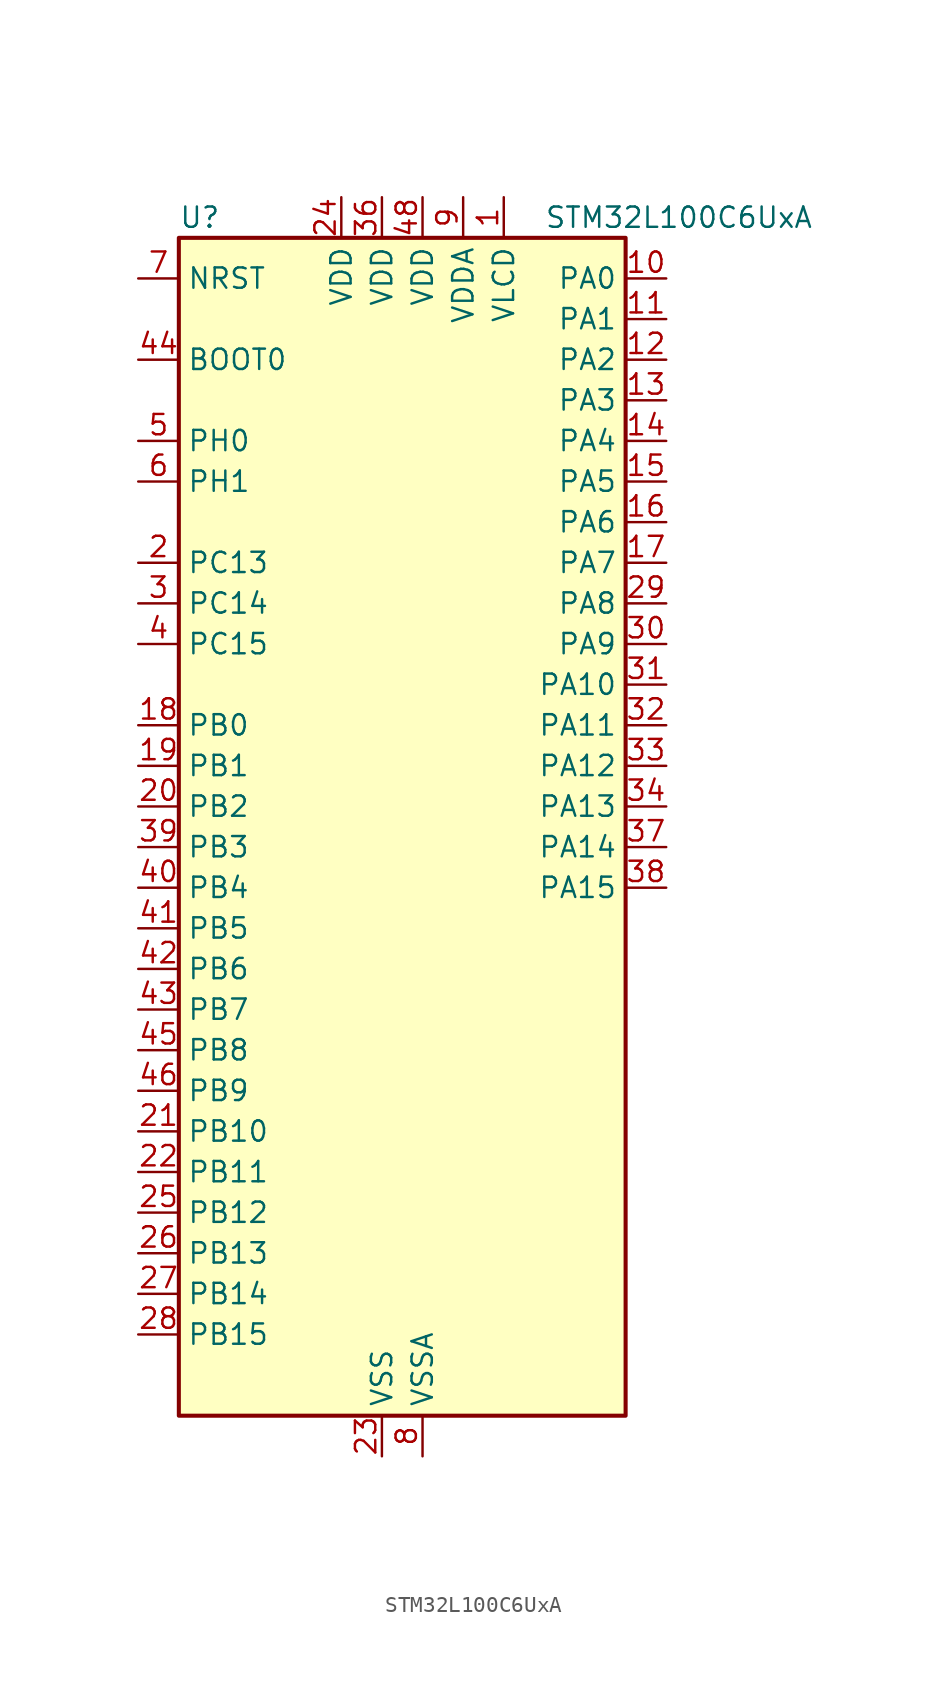
<source format=kicad_sym>
(kicad_symbol_lib
  (version 20220914)
  (generator kicad_symbol_editor)
  (symbol "STM32L100C6UxA"
    (property "Reference" "U"
      (at -12.7 39.37 0)
      (effects (font (size 1.27 1.27)) (justify left)))
    (property "Value" "STM32L100C6UxA"
      (at 10.16 39.37 0)
      (effects (font (size 1.27 1.27)) (justify left)))
    (property "ki_locked" ""
      (at 0 0 0)
      (effects (font (size 1.27 1.27))))
    (symbol "STM32L100C6UxA_0_1"
      (rectangle (start -12.7 -35.56) (end 15.24 38.1) (stroke (width 0.254) (type default)) (fill (type background))))
    (symbol "STM32L100C6UxA_1_1"
      (pin power_in line (at 7.62 40.64 270) (length 2.54) (name "VLCD" (effects (font (size 1.27 1.27)))) (number "1" (effects (font (size 1.27 1.27)))))
      (pin bidirectional line (at 17.78 35.56 180) (length 2.54) (name "PA0" (effects (font (size 1.27 1.27)))) (number "10" (effects (font (size 1.27 1.27)))) (alternate "ADC_IN0" bidirectional line) (alternate "COMP1_INP" bidirectional line) (alternate "RTC_TAMP2" bidirectional line) (alternate "SYS_WKUP1" bidirectional line) (alternate "TIM2_CH1" bidirectional line) (alternate "TIM2_ETR" bidirectional line) (alternate "TIMX_IC1" bidirectional line) (alternate "USART2_CTS" bidirectional line))
      (pin bidirectional line (at 17.78 33.02 180) (length 2.54) (name "PA1" (effects (font (size 1.27 1.27)))) (number "11" (effects (font (size 1.27 1.27)))) (alternate "ADC_IN1" bidirectional line) (alternate "COMP1_INP" bidirectional line) (alternate "LCD_SEG0" bidirectional line) (alternate "TIM2_CH2" bidirectional line) (alternate "TIMX_IC2" bidirectional line) (alternate "USART2_RTS" bidirectional line))
      (pin bidirectional line (at 17.78 30.48 180) (length 2.54) (name "PA2" (effects (font (size 1.27 1.27)))) (number "12" (effects (font (size 1.27 1.27)))) (alternate "ADC_IN2" bidirectional line) (alternate "COMP1_INP" bidirectional line) (alternate "LCD_SEG1" bidirectional line) (alternate "TIM2_CH3" bidirectional line) (alternate "TIM9_CH1" bidirectional line) (alternate "TIMX_IC3" bidirectional line) (alternate "USART2_TX" bidirectional line))
      (pin bidirectional line (at 17.78 27.94 180) (length 2.54) (name "PA3" (effects (font (size 1.27 1.27)))) (number "13" (effects (font (size 1.27 1.27)))) (alternate "ADC_IN3" bidirectional line) (alternate "COMP1_INP" bidirectional line) (alternate "LCD_SEG2" bidirectional line) (alternate "TIM2_CH4" bidirectional line) (alternate "TIM9_CH2" bidirectional line) (alternate "TIMX_IC4" bidirectional line) (alternate "USART2_RX" bidirectional line))
      (pin bidirectional line (at 17.78 25.4 180) (length 2.54) (name "PA4" (effects (font (size 1.27 1.27)))) (number "14" (effects (font (size 1.27 1.27)))) (alternate "ADC_IN4" bidirectional line) (alternate "COMP1_INP" bidirectional line) (alternate "DAC_OUT1" bidirectional line) (alternate "SPI1_NSS" bidirectional line) (alternate "TIMX_IC1" bidirectional line) (alternate "USART2_CK" bidirectional line))
      (pin bidirectional line (at 17.78 22.86 180) (length 2.54) (name "PA5" (effects (font (size 1.27 1.27)))) (number "15" (effects (font (size 1.27 1.27)))) (alternate "ADC_IN5" bidirectional line) (alternate "COMP1_INP" bidirectional line) (alternate "DAC_OUT2" bidirectional line) (alternate "SPI1_SCK" bidirectional line) (alternate "TIM2_CH1" bidirectional line) (alternate "TIM2_ETR" bidirectional line) (alternate "TIMX_IC2" bidirectional line))
      (pin bidirectional line (at 17.78 20.32 180) (length 2.54) (name "PA6" (effects (font (size 1.27 1.27)))) (number "16" (effects (font (size 1.27 1.27)))) (alternate "ADC_IN6" bidirectional line) (alternate "COMP1_INP" bidirectional line) (alternate "LCD_SEG3" bidirectional line) (alternate "SPI1_MISO" bidirectional line) (alternate "TIM10_CH1" bidirectional line) (alternate "TIM3_CH1" bidirectional line) (alternate "TIMX_IC3" bidirectional line))
      (pin bidirectional line (at 17.78 17.78 180) (length 2.54) (name "PA7" (effects (font (size 1.27 1.27)))) (number "17" (effects (font (size 1.27 1.27)))) (alternate "ADC_IN7" bidirectional line) (alternate "COMP1_INP" bidirectional line) (alternate "LCD_SEG4" bidirectional line) (alternate "SPI1_MOSI" bidirectional line) (alternate "TIM11_CH1" bidirectional line) (alternate "TIM3_CH2" bidirectional line) (alternate "TIMX_IC4" bidirectional line))
      (pin bidirectional line (at -15.24 7.62 0) (length 2.54) (name "PB0" (effects (font (size 1.27 1.27)))) (number "18" (effects (font (size 1.27 1.27)))) (alternate "ADC_IN8" bidirectional line) (alternate "COMP1_INP" bidirectional line) (alternate "LCD_SEG5" bidirectional line) (alternate "SYS_V_REF_OUT" bidirectional line) (alternate "TIM3_CH3" bidirectional line))
      (pin bidirectional line (at -15.24 5.08 0) (length 2.54) (name "PB1" (effects (font (size 1.27 1.27)))) (number "19" (effects (font (size 1.27 1.27)))) (alternate "ADC_IN9" bidirectional line) (alternate "COMP1_INP" bidirectional line) (alternate "LCD_SEG6" bidirectional line) (alternate "SYS_V_REF_OUT" bidirectional line) (alternate "TIM3_CH4" bidirectional line))
      (pin bidirectional line (at -15.24 17.78 0) (length 2.54) (name "PC13" (effects (font (size 1.27 1.27)))) (number "2" (effects (font (size 1.27 1.27)))) (alternate "RTC_OUT_ALARM" bidirectional line) (alternate "RTC_OUT_CALIB" bidirectional line) (alternate "RTC_TAMP1" bidirectional line) (alternate "RTC_TS" bidirectional line) (alternate "SYS_WKUP2" bidirectional line) (alternate "TIMX_IC2" bidirectional line))
      (pin bidirectional line (at -15.24 2.54 0) (length 2.54) (name "PB2" (effects (font (size 1.27 1.27)))) (number "20" (effects (font (size 1.27 1.27)))))
      (pin bidirectional line (at -15.24 -17.78 0) (length 2.54) (name "PB10" (effects (font (size 1.27 1.27)))) (number "21" (effects (font (size 1.27 1.27)))) (alternate "I2C2_SCL" bidirectional line) (alternate "LCD_SEG10" bidirectional line) (alternate "TIM2_CH3" bidirectional line) (alternate "USART3_TX" bidirectional line))
      (pin bidirectional line (at -15.24 -20.32 0) (length 2.54) (name "PB11" (effects (font (size 1.27 1.27)))) (number "22" (effects (font (size 1.27 1.27)))) (alternate "ADC_EXTI11" bidirectional line) (alternate "I2C2_SDA" bidirectional line) (alternate "LCD_SEG11" bidirectional line) (alternate "TIM2_CH4" bidirectional line) (alternate "USART3_RX" bidirectional line))
      (pin power_in line (at 0 -38.1 90) (length 2.54) (name "VSS" (effects (font (size 1.27 1.27)))) (number "23" (effects (font (size 1.27 1.27)))))
      (pin power_in line (at -2.54 40.64 270) (length 2.54) (name "VDD" (effects (font (size 1.27 1.27)))) (number "24" (effects (font (size 1.27 1.27)))))
      (pin bidirectional line (at -15.24 -22.86 0) (length 2.54) (name "PB12" (effects (font (size 1.27 1.27)))) (number "25" (effects (font (size 1.27 1.27)))) (alternate "ADC_IN18" bidirectional line) (alternate "COMP1_INP" bidirectional line) (alternate "I2C2_SMBA" bidirectional line) (alternate "LCD_SEG12" bidirectional line) (alternate "SPI2_NSS" bidirectional line) (alternate "TIM10_CH1" bidirectional line) (alternate "USART3_CK" bidirectional line))
      (pin bidirectional line (at -15.24 -25.4 0) (length 2.54) (name "PB13" (effects (font (size 1.27 1.27)))) (number "26" (effects (font (size 1.27 1.27)))) (alternate "ADC_IN19" bidirectional line) (alternate "COMP1_INP" bidirectional line) (alternate "LCD_SEG13" bidirectional line) (alternate "SPI2_SCK" bidirectional line) (alternate "TIM9_CH1" bidirectional line) (alternate "USART3_CTS" bidirectional line))
      (pin bidirectional line (at -15.24 -27.94 0) (length 2.54) (name "PB14" (effects (font (size 1.27 1.27)))) (number "27" (effects (font (size 1.27 1.27)))) (alternate "ADC_IN20" bidirectional line) (alternate "COMP1_INP" bidirectional line) (alternate "LCD_SEG14" bidirectional line) (alternate "SPI2_MISO" bidirectional line) (alternate "TIM9_CH2" bidirectional line) (alternate "USART3_RTS" bidirectional line))
      (pin bidirectional line (at -15.24 -30.48 0) (length 2.54) (name "PB15" (effects (font (size 1.27 1.27)))) (number "28" (effects (font (size 1.27 1.27)))) (alternate "ADC_EXTI15" bidirectional line) (alternate "ADC_IN21" bidirectional line) (alternate "COMP1_INP" bidirectional line) (alternate "LCD_SEG15" bidirectional line) (alternate "RTC_REFIN" bidirectional line) (alternate "SPI2_MOSI" bidirectional line) (alternate "TIM11_CH1" bidirectional line))
      (pin bidirectional line (at 17.78 15.24 180) (length 2.54) (name "PA8" (effects (font (size 1.27 1.27)))) (number "29" (effects (font (size 1.27 1.27)))) (alternate "LCD_COM0" bidirectional line) (alternate "RCC_MCO" bidirectional line) (alternate "TIMX_IC1" bidirectional line) (alternate "USART1_CK" bidirectional line))
      (pin bidirectional line (at -15.24 15.24 0) (length 2.54) (name "PC14" (effects (font (size 1.27 1.27)))) (number "3" (effects (font (size 1.27 1.27)))) (alternate "RCC_OSC32_IN" bidirectional line) (alternate "TIMX_IC3" bidirectional line))
      (pin bidirectional line (at 17.78 12.7 180) (length 2.54) (name "PA9" (effects (font (size 1.27 1.27)))) (number "30" (effects (font (size 1.27 1.27)))) (alternate "DAC_EXTI9" bidirectional line) (alternate "LCD_COM1" bidirectional line) (alternate "TIMX_IC2" bidirectional line) (alternate "USART1_TX" bidirectional line))
      (pin bidirectional line (at 17.78 10.16 180) (length 2.54) (name "PA10" (effects (font (size 1.27 1.27)))) (number "31" (effects (font (size 1.27 1.27)))) (alternate "LCD_COM2" bidirectional line) (alternate "TIMX_IC3" bidirectional line) (alternate "USART1_RX" bidirectional line))
      (pin bidirectional line (at 17.78 7.62 180) (length 2.54) (name "PA11" (effects (font (size 1.27 1.27)))) (number "32" (effects (font (size 1.27 1.27)))) (alternate "ADC_EXTI11" bidirectional line) (alternate "SPI1_MISO" bidirectional line) (alternate "TIMX_IC4" bidirectional line) (alternate "USART1_CTS" bidirectional line) (alternate "USB_DM" bidirectional line))
      (pin bidirectional line (at 17.78 5.08 180) (length 2.54) (name "PA12" (effects (font (size 1.27 1.27)))) (number "33" (effects (font (size 1.27 1.27)))) (alternate "SPI1_MOSI" bidirectional line) (alternate "TIMX_IC1" bidirectional line) (alternate "USART1_RTS" bidirectional line) (alternate "USB_DP" bidirectional line))
      (pin bidirectional line (at 17.78 2.54 180) (length 2.54) (name "PA13" (effects (font (size 1.27 1.27)))) (number "34" (effects (font (size 1.27 1.27)))) (alternate "SYS_JTMS-SWDIO" bidirectional line) (alternate "TIMX_IC2" bidirectional line))
      (pin passive line (at 0 -38.1 90) (length 2.54) hide (name "VSS" (effects (font (size 1.27 1.27)))) (number "35" (effects (font (size 1.27 1.27)))))
      (pin power_in line (at 0 40.64 270) (length 2.54) (name "VDD" (effects (font (size 1.27 1.27)))) (number "36" (effects (font (size 1.27 1.27)))))
      (pin bidirectional line (at 17.78 0 180) (length 2.54) (name "PA14" (effects (font (size 1.27 1.27)))) (number "37" (effects (font (size 1.27 1.27)))) (alternate "SYS_JTCK-SWCLK" bidirectional line) (alternate "TIMX_IC3" bidirectional line))
      (pin bidirectional line (at 17.78 -2.54 180) (length 2.54) (name "PA15" (effects (font (size 1.27 1.27)))) (number "38" (effects (font (size 1.27 1.27)))) (alternate "ADC_EXTI15" bidirectional line) (alternate "LCD_SEG17" bidirectional line) (alternate "SPI1_NSS" bidirectional line) (alternate "SYS_JTDI" bidirectional line) (alternate "TIM2_CH1" bidirectional line) (alternate "TIM2_ETR" bidirectional line) (alternate "TIMX_IC4" bidirectional line))
      (pin bidirectional line (at -15.24 0 0) (length 2.54) (name "PB3" (effects (font (size 1.27 1.27)))) (number "39" (effects (font (size 1.27 1.27)))) (alternate "COMP2_INM" bidirectional line) (alternate "LCD_SEG7" bidirectional line) (alternate "SPI1_SCK" bidirectional line) (alternate "SYS_JTDO-TRACESWO" bidirectional line) (alternate "TIM2_CH2" bidirectional line))
      (pin bidirectional line (at -15.24 12.7 0) (length 2.54) (name "PC15" (effects (font (size 1.27 1.27)))) (number "4" (effects (font (size 1.27 1.27)))) (alternate "ADC_EXTI15" bidirectional line) (alternate "RCC_OSC32_OUT" bidirectional line) (alternate "TIMX_IC4" bidirectional line))
      (pin bidirectional line (at -15.24 -2.54 0) (length 2.54) (name "PB4" (effects (font (size 1.27 1.27)))) (number "40" (effects (font (size 1.27 1.27)))) (alternate "COMP2_INP" bidirectional line) (alternate "LCD_SEG8" bidirectional line) (alternate "SPI1_MISO" bidirectional line) (alternate "SYS_JTRST" bidirectional line) (alternate "TIM3_CH1" bidirectional line))
      (pin bidirectional line (at -15.24 -5.08 0) (length 2.54) (name "PB5" (effects (font (size 1.27 1.27)))) (number "41" (effects (font (size 1.27 1.27)))) (alternate "COMP2_INP" bidirectional line) (alternate "I2C1_SMBA" bidirectional line) (alternate "LCD_SEG9" bidirectional line) (alternate "SPI1_MOSI" bidirectional line) (alternate "TIM3_CH2" bidirectional line))
      (pin bidirectional line (at -15.24 -7.62 0) (length 2.54) (name "PB6" (effects (font (size 1.27 1.27)))) (number "42" (effects (font (size 1.27 1.27)))) (alternate "I2C1_SCL" bidirectional line) (alternate "TIM4_CH1" bidirectional line) (alternate "USART1_TX" bidirectional line))
      (pin bidirectional line (at -15.24 -10.16 0) (length 2.54) (name "PB7" (effects (font (size 1.27 1.27)))) (number "43" (effects (font (size 1.27 1.27)))) (alternate "I2C1_SDA" bidirectional line) (alternate "SYS_PVD_IN" bidirectional line) (alternate "TIM4_CH2" bidirectional line) (alternate "USART1_RX" bidirectional line))
      (pin input line (at -15.24 30.48 0) (length 2.54) (name "BOOT0" (effects (font (size 1.27 1.27)))) (number "44" (effects (font (size 1.27 1.27)))))
      (pin bidirectional line (at -15.24 -12.7 0) (length 2.54) (name "PB8" (effects (font (size 1.27 1.27)))) (number "45" (effects (font (size 1.27 1.27)))) (alternate "I2C1_SCL" bidirectional line) (alternate "LCD_SEG16" bidirectional line) (alternate "TIM10_CH1" bidirectional line) (alternate "TIM4_CH3" bidirectional line))
      (pin bidirectional line (at -15.24 -15.24 0) (length 2.54) (name "PB9" (effects (font (size 1.27 1.27)))) (number "46" (effects (font (size 1.27 1.27)))) (alternate "DAC_EXTI9" bidirectional line) (alternate "I2C1_SDA" bidirectional line) (alternate "LCD_COM3" bidirectional line) (alternate "TIM11_CH1" bidirectional line) (alternate "TIM4_CH4" bidirectional line))
      (pin passive line (at 0 -38.1 90) (length 2.54) hide (name "VSS" (effects (font (size 1.27 1.27)))) (number "47" (effects (font (size 1.27 1.27)))))
      (pin power_in line (at 2.54 40.64 270) (length 2.54) (name "VDD" (effects (font (size 1.27 1.27)))) (number "48" (effects (font (size 1.27 1.27)))))
      (pin passive line (at 0 -38.1 90) (length 2.54) hide (name "VSS" (effects (font (size 1.27 1.27)))) (number "49" (effects (font (size 1.27 1.27)))))
      (pin bidirectional line (at -15.24 25.4 0) (length 2.54) (name "PH0" (effects (font (size 1.27 1.27)))) (number "5" (effects (font (size 1.27 1.27)))) (alternate "RCC_OSC_IN" bidirectional line))
      (pin bidirectional line (at -15.24 22.86 0) (length 2.54) (name "PH1" (effects (font (size 1.27 1.27)))) (number "6" (effects (font (size 1.27 1.27)))) (alternate "RCC_OSC_OUT" bidirectional line))
      (pin input line (at -15.24 35.56 0) (length 2.54) (name "NRST" (effects (font (size 1.27 1.27)))) (number "7" (effects (font (size 1.27 1.27)))))
      (pin power_in line (at 2.54 -38.1 90) (length 2.54) (name "VSSA" (effects (font (size 1.27 1.27)))) (number "8" (effects (font (size 1.27 1.27)))))
      (pin power_in line (at 5.08 40.64 270) (length 2.54) (name "VDDA" (effects (font (size 1.27 1.27)))) (number "9" (effects (font (size 1.27 1.27))))))))
</source>
